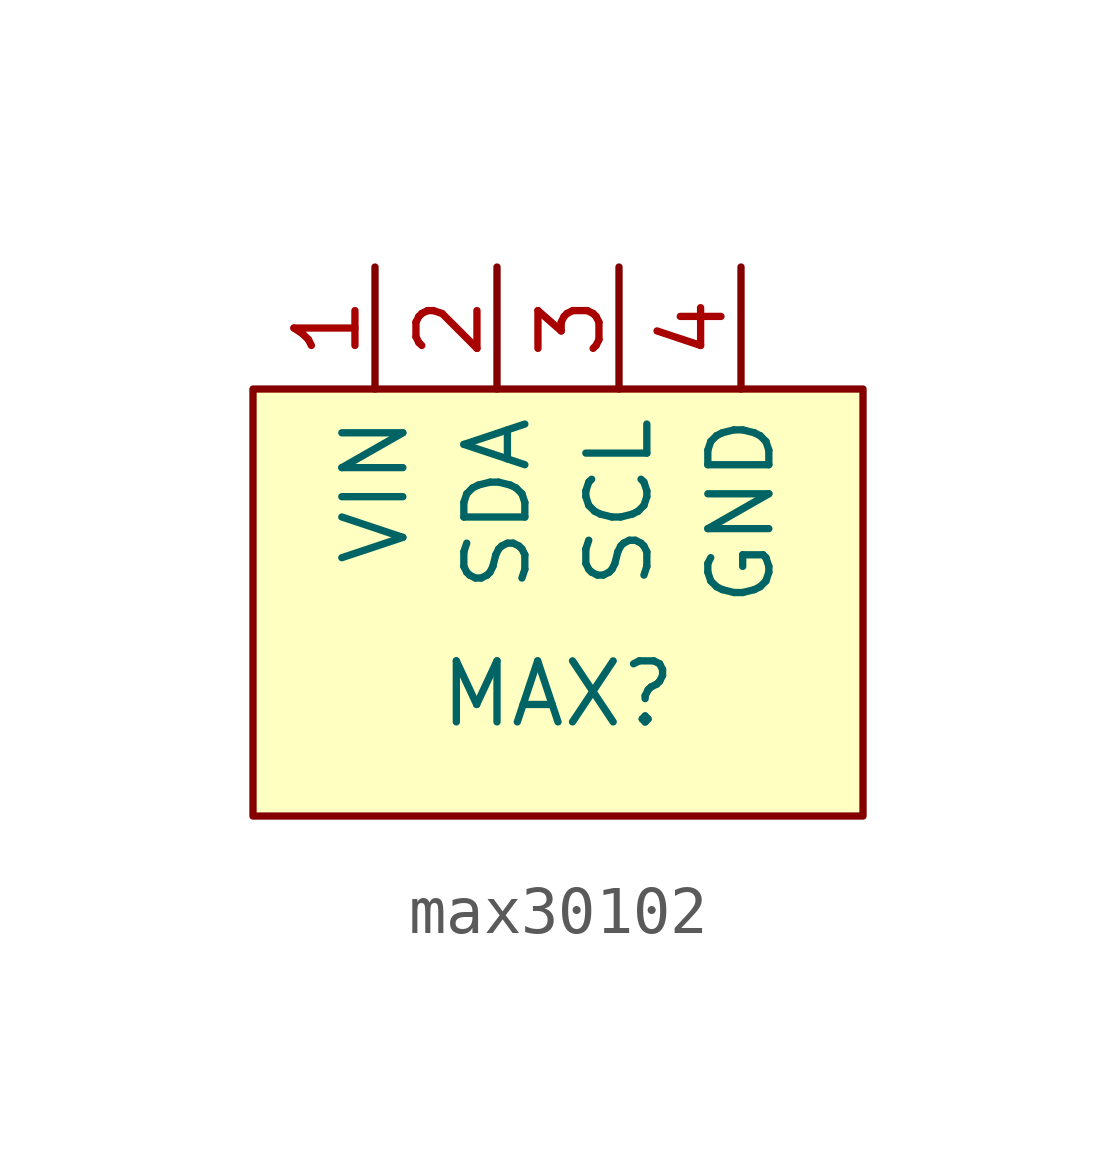
<source format=kicad_sym>
(kicad_symbol_lib
  (version 20220914)
  (generator kicad_symbol_editor)
  (symbol "max30102"
    (property "Reference" "MAX"
      (at 0 -7.62 0)
      (effects (font (size 1.27 1.27))))
    (property "Value" ""
      (at -1.27 0 0)
      (effects (font (size 1.27 1.27))))
    (symbol "max30102_1_1"
      (rectangle (start -6.35 -1.27) (end 6.35 -10.16) (stroke (width 0) (type default)) (fill (type background)))
      (pin input line (at -3.81 1.27 270) (length 2.54) (name "VIN" (effects (font (size 1.27 1.27)))) (number "1" (effects (font (size 1.27 1.27)))))
      (pin input line (at -1.27 1.27 270) (length 2.54) (name "SDA" (effects (font (size 1.27 1.27)))) (number "2" (effects (font (size 1.27 1.27)))))
      (pin input line (at 1.27 1.27 270) (length 2.54) (name "SCL" (effects (font (size 1.27 1.27)))) (number "3" (effects (font (size 1.27 1.27)))))
      (pin input line (at 3.81 1.27 270) (length 2.54) (name "GND" (effects (font (size 1.27 1.27)))) (number "4" (effects (font (size 1.27 1.27))))))))
</source>
